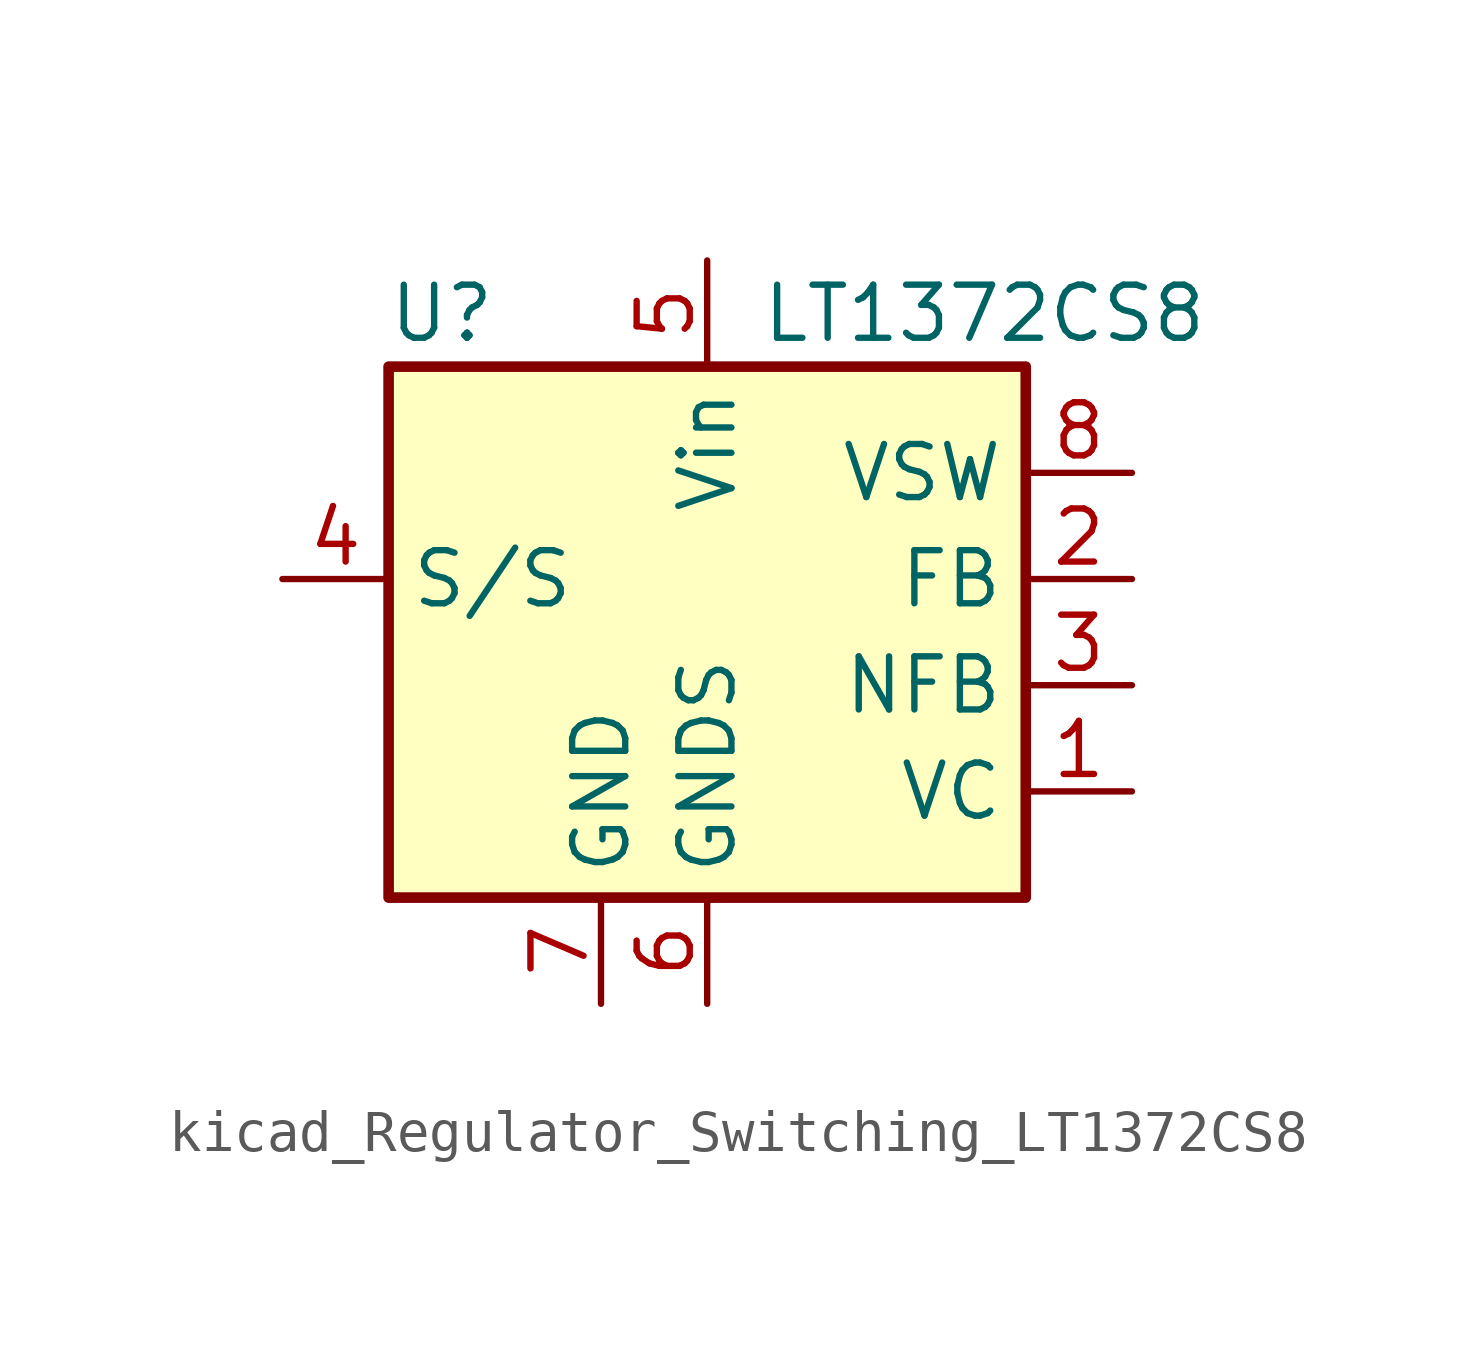
<source format=kicad_sym>
(kicad_symbol_lib
  (version 20220914)
  (generator kicad_symbol_editor)
  (symbol "kicad_Regulator_Switching_LT1372CS8"
    (property "Reference" "U"
      (at -6.35 8.89 0)
      (effects (font (size 1.27 1.27))))
    (property "Value" "LT1372CS8"
      (at 1.27 8.89 0)
      (effects (font (size 1.27 1.27)) (justify left)))
    (symbol "kicad_Regulator_Switching_LT1372CS8_0_1"
      (rectangle (start -7.62 7.62) (end 7.62 -5.08) (stroke (width 0.254) (type default)) (fill (type background))))
    (symbol "kicad_Regulator_Switching_LT1372CS8_1_1"
      (pin passive line (at 10.16 -2.54 180) (length 2.54) (name "VC" (effects (font (size 1.27 1.27)))) (number "1" (effects (font (size 1.27 1.27)))))
      (pin passive line (at 10.16 2.54 180) (length 2.54) (name "FB" (effects (font (size 1.27 1.27)))) (number "2" (effects (font (size 1.27 1.27)))))
      (pin input line (at 10.16 0 180) (length 2.54) (name "NFB" (effects (font (size 1.27 1.27)))) (number "3" (effects (font (size 1.27 1.27)))))
      (pin input line (at -10.16 2.54 0) (length 2.54) (name "S/S" (effects (font (size 1.27 1.27)))) (number "4" (effects (font (size 1.27 1.27)))))
      (pin power_in line (at 0 10.16 270) (length 2.54) (name "Vin" (effects (font (size 1.27 1.27)))) (number "5" (effects (font (size 1.27 1.27)))))
      (pin power_in line (at 0 -7.62 90) (length 2.54) (name "GNDS" (effects (font (size 1.27 1.27)))) (number "6" (effects (font (size 1.27 1.27)))))
      (pin power_in line (at -2.54 -7.62 90) (length 2.54) (name "GND" (effects (font (size 1.27 1.27)))) (number "7" (effects (font (size 1.27 1.27)))))
      (pin output line (at 10.16 5.08 180) (length 2.54) (name "VSW" (effects (font (size 1.27 1.27)))) (number "8" (effects (font (size 1.27 1.27))))))))
</source>
